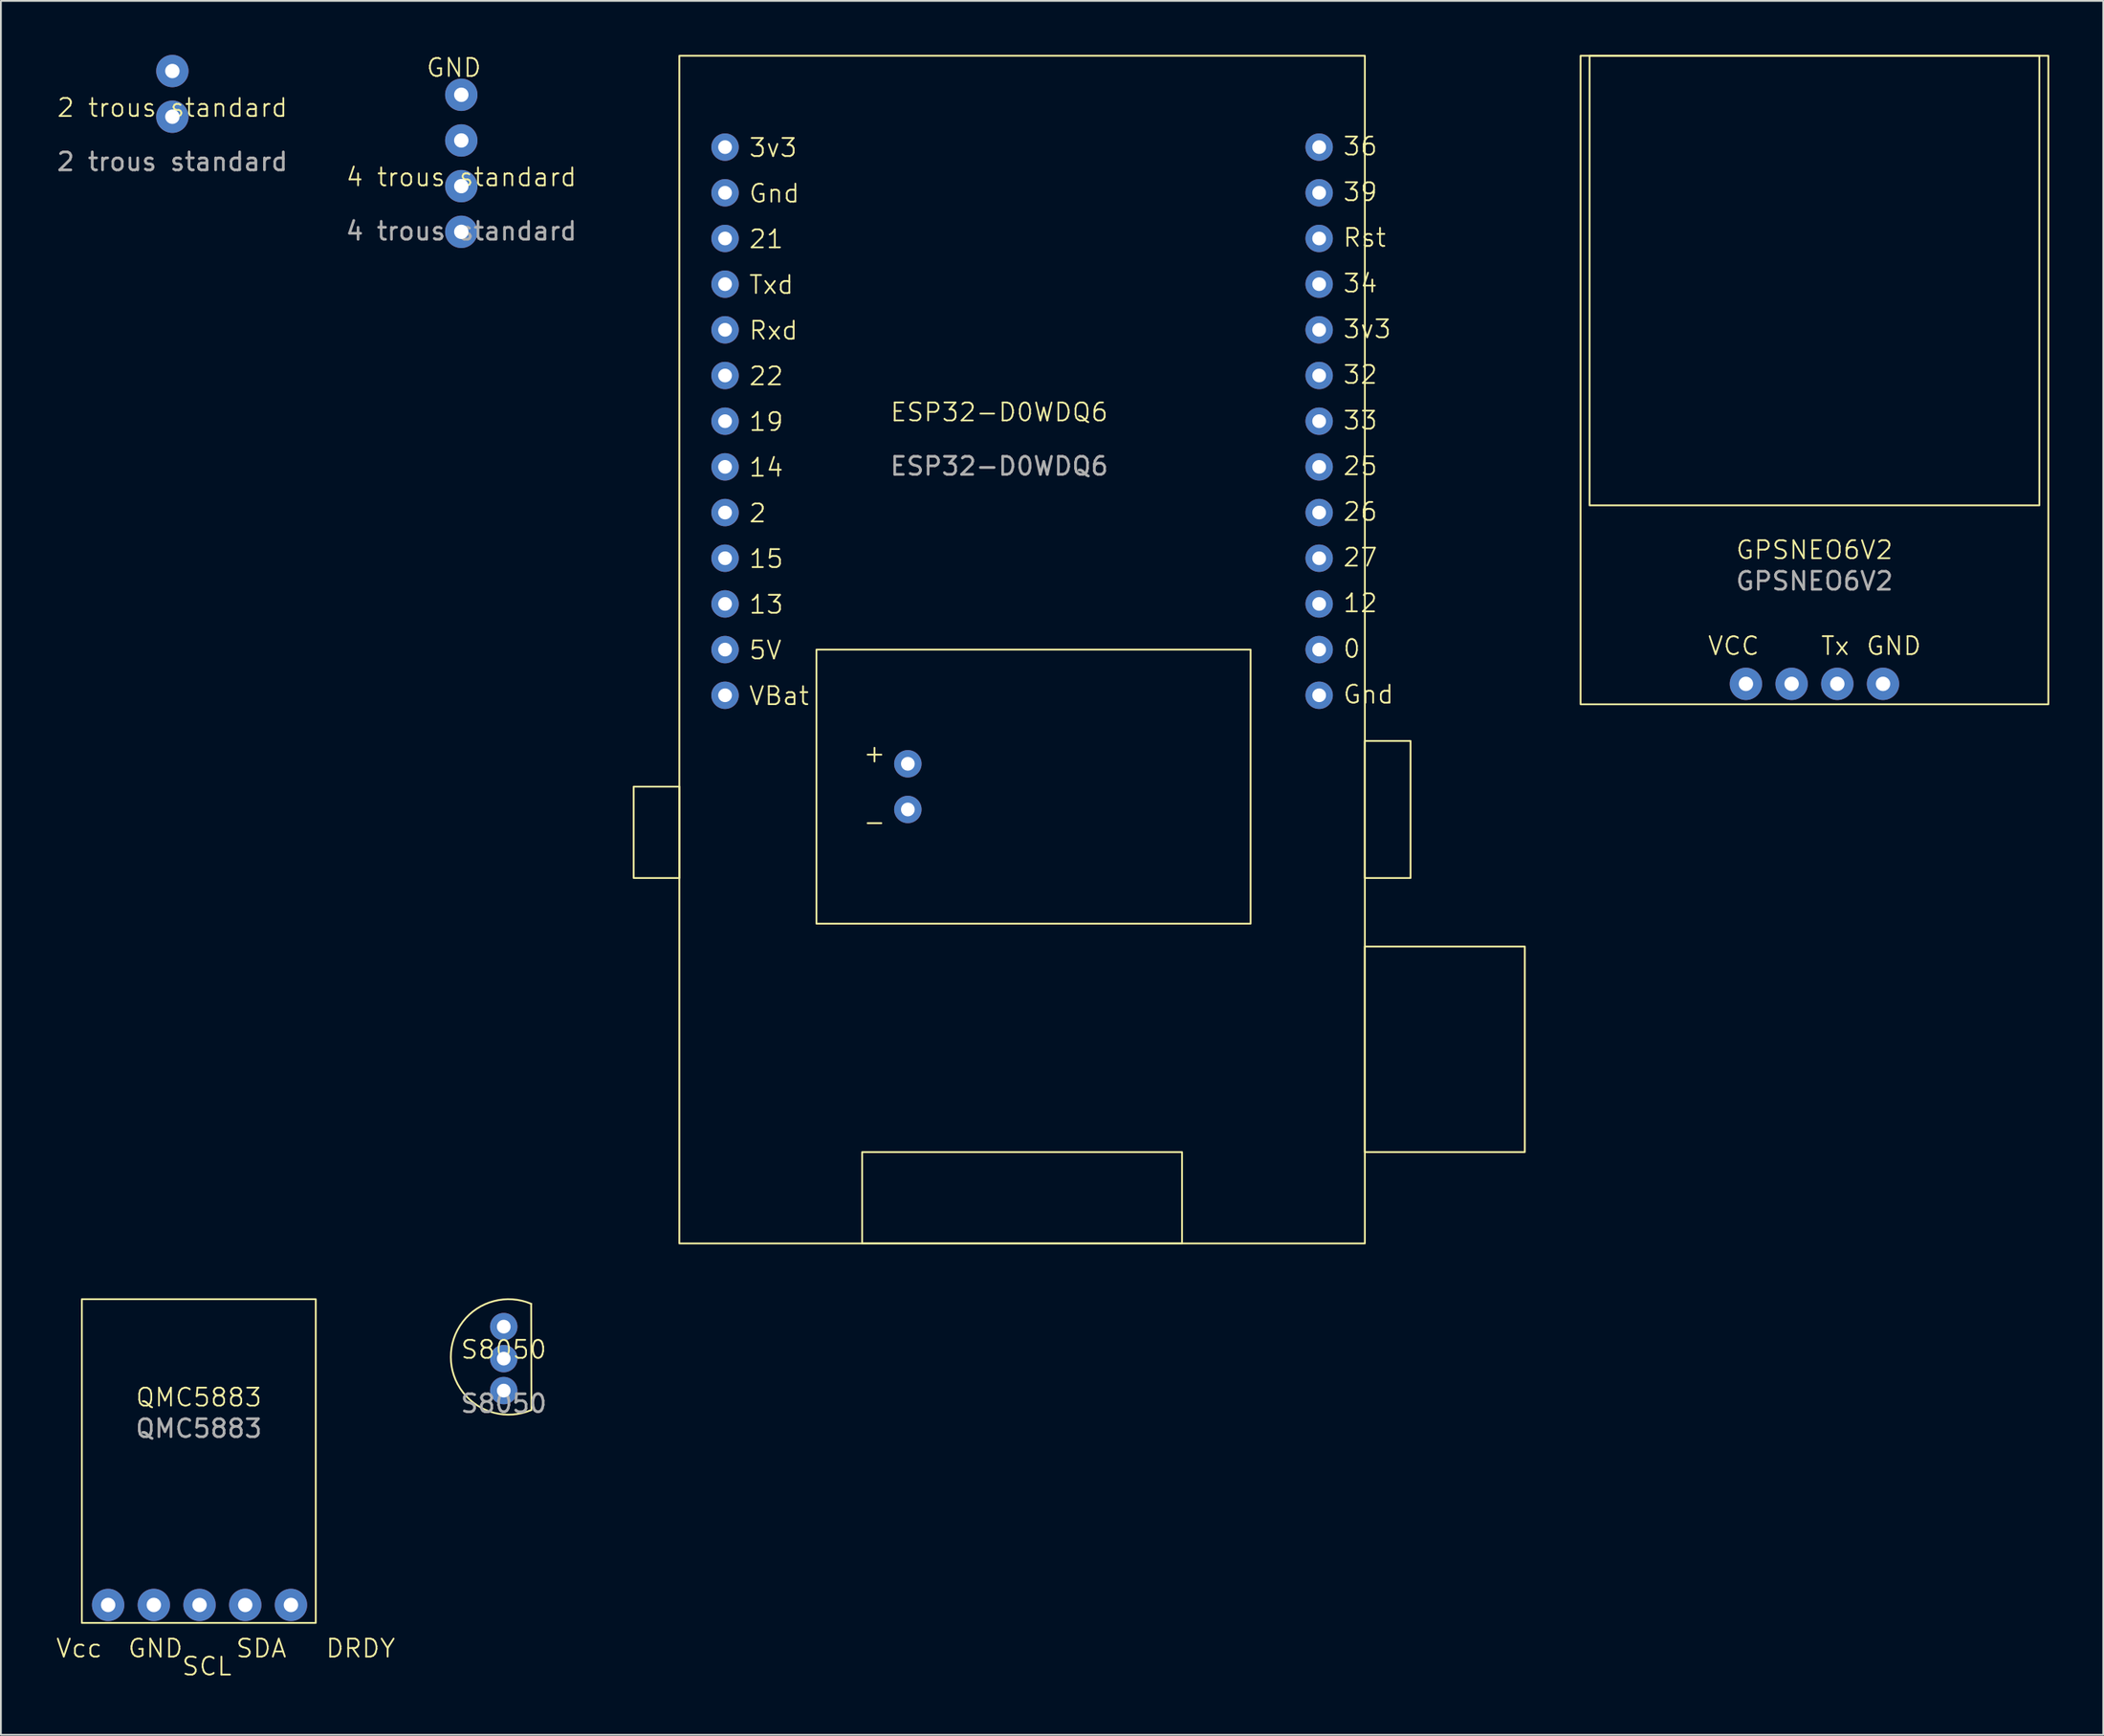
<source format=kicad_pcb>
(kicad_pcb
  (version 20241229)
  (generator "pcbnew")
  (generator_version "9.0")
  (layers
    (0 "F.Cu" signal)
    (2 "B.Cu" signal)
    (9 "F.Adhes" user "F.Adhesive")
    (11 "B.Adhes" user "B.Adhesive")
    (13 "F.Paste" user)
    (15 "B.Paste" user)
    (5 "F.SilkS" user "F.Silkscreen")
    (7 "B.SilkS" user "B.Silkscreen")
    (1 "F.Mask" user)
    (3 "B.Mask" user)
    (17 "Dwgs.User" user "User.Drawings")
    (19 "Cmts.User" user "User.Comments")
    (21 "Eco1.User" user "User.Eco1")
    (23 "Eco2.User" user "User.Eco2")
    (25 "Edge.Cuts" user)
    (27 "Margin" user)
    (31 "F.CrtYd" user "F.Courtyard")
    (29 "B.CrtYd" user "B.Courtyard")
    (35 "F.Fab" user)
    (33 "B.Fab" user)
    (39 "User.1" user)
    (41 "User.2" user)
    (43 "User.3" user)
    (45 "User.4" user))
  (footprint "GPSNEO6V2"
    (layer "F.Cu")
    (at 97.799 33.07)
    (property "Reference" "GPSNEO6V2" (at 0 -5.54 0) (unlocked yes) (layer "F.SilkS") (effects (font (size 1 1) (thickness 0.1))))
    (attr through_hole)
    (fp_rect (start -13 -33.02) (end 13 3.04) (stroke (width 0.1) (type default)) (fill no) (layer "F.SilkS"))
    (fp_rect (start -12.5 -33.02) (end 12.5 -8.02) (stroke (width 0.1) (type default)) (fill no) (layer "F.SilkS"))
    (fp_text user "VCC" (at -3 0.381 0) (unlocked yes) (layer "F.SilkS") (effects (font (size 1 1) (thickness 0.1)) (justify right bottom)))
    (fp_text user "GND" (at 6 0.381 0) (unlocked yes) (layer "F.SilkS") (effects (font (size 1 1) (thickness 0.1)) (justify right bottom)))
    (fp_text user "Tx" (at 2 0.381 0) (unlocked yes) (layer "F.SilkS") (effects (font (size 1 1) (thickness 0.1)) (justify right bottom)))
    (fp_text user "${REFERENCE}" (at 0 -3.81 0) (unlocked yes) (layer "F.Fab") (effects (font (size 1 1) (thickness 0.15))))
    (pad "1" thru_hole circle (at 3.81 1.905) (size 1.8 1.8) (drill 0.8) (layers "*.Cu" "*.Mask"))
    (pad "2" thru_hole circle (at 1.27 1.905) (size 1.8 1.8) (drill 0.8) (layers "*.Cu" "*.Mask"))
    (pad "3" thru_hole circle (at -1.27 1.905) (size 1.8 1.8) (drill 0.8) (layers "*.Cu" "*.Mask"))
    (pad "4" thru_hole circle (at -3.81 1.905) (size 1.8 1.8) (drill 0.8) (layers "*.Cu" "*.Mask")))
  (footprint "2 trous standard"
    (layer "F.Cu")
    (at 6.53 3.44)
    (property "Reference" "2 trous standard" (at 0 -0.5 0) (unlocked yes) (layer "F.SilkS") (effects (font (size 1 1) (thickness 0.1))))
    (attr through_hole)
    (fp_text user "${REFERENCE}" (at 0 2.5 0) (unlocked yes) (layer "F.Fab") (effects (font (size 1 1) (thickness 0.15))))
    (pad "1" thru_hole circle (at 0 -2.54) (size 1.8 1.8) (drill 0.8) (layers "*.Cu" "*.Mask"))
    (pad "2" thru_hole circle (at 0 0) (size 1.8 1.8) (drill 0.8) (layers "*.Cu" "*.Mask")))
  (footprint "S8050"
    (layer "F.Cu")
    (at 24.949 72.494)
    (property "Reference" "S8050" (at 0 -0.5 0) (unlocked yes) (layer "F.SilkS") (effects (font (size 1 1) (thickness 0.1))))
    (attr through_hole)
    (fp_line (start 1.524 -3.048) (end 1.538 2.854) (stroke (width 0.1) (type default)) (layer "F.SilkS"))
    (fp_arc (start 1.53844 2.854155) (mid -2.941462 -0.08598) (end 1.524 -3.048) (stroke (width 0.1) (type default)) (layer "F.SilkS"))
    (fp_text user "${REFERENCE}" (at 0 2.5 0) (unlocked yes) (layer "F.Fab") (effects (font (size 1 1) (thickness 0.15))))
    (pad "1" thru_hole circle (at 0 -1.778) (size 1.524 1.524) (drill 0.762) (layers "*.Cu" "*.Mask"))
    (pad "2" thru_hole circle (at 0 0) (size 1.524 1.524) (drill 0.762) (layers "*.Cu" "*.Mask"))
    (pad "3" thru_hole circle (at 0 1.778) (size 1.524 1.524) (drill 0.762) (layers "*.Cu" "*.Mask")))
  (footprint "4 trous standard"
    (layer "F.Cu")
    (at 22.589 7.3)
    (property "Reference" "4 trous standard" (at 0 -0.5 0) (unlocked yes) (layer "F.SilkS") (effects (font (size 1 1) (thickness 0.1))))
    (attr through_hole)
    (fp_text user "GND" (at -2 -6 0) (unlocked yes) (layer "F.SilkS") (effects (font (size 1 1) (thickness 0.1)) (justify left bottom)))
    (fp_text user "${REFERENCE}" (at 0 2.5 0) (unlocked yes) (layer "F.Fab") (effects (font (size 1 1) (thickness 0.15))))
    (pad "1" thru_hole circle (at 0 2.54) (size 1.8 1.8) (drill 0.8) (layers "*.Cu" "*.Mask"))
    (pad "2" thru_hole circle (at 0 0) (size 1.8 1.8) (drill 0.8) (layers "*.Cu" "*.Mask"))
    (pad "3" thru_hole circle (at 0 -2.54) (size 1.8 1.8) (drill 0.8) (layers "*.Cu" "*.Mask"))
    (pad "4" thru_hole circle (at 0 -5.08) (size 1.8 1.8) (drill 0.8) (layers "*.Cu" "*.Mask")))
  (footprint "QMC5883"
    (layer "F.Cu")
    (at 8 80.19)
    (property "Reference" "QMC5883" (at 0 -5.54 0) (unlocked yes) (layer "F.SilkS") (effects (font (size 1 1) (thickness 0.1))))
    (attr through_hole)
    (fp_rect (start -6.5 -11) (end 6.5 7) (stroke (width 0.1) (type default)) (fill no) (layer "F.SilkS"))
    (fp_text user "SDA" (at 2 9 0) (unlocked yes) (layer "F.SilkS") (effects (font (size 1 1) (thickness 0.1)) (justify left bottom)))
    (fp_text user "GND" (at -4 9 0) (unlocked yes) (layer "F.SilkS") (effects (font (size 1 1) (thickness 0.1)) (justify left bottom)))
    (fp_text user "DRDY" (at 7 9 0) (unlocked yes) (layer "F.SilkS") (effects (font (size 1 1) (thickness 0.1)) (justify left bottom)))
    (fp_text user "SCL" (at -1 10 0) (unlocked yes) (layer "F.SilkS") (effects (font (size 1 1) (thickness 0.1)) (justify left bottom)))
    (fp_text user "Vcc" (at -8 9 0) (unlocked yes) (layer "F.SilkS") (effects (font (size 1 1) (thickness 0.1)) (justify left bottom)))
    (fp_text user "${REFERENCE}" (at 0 -3.81 0) (unlocked yes) (layer "F.Fab") (effects (font (size 1 1) (thickness 0.15))))
    (pad "1" thru_hole circle (at -5.04 6) (size 1.8 1.8) (drill 0.8) (layers "*.Cu" "*.Mask"))
    (pad "2" thru_hole circle (at -2.5 6) (size 1.8 1.8) (drill 0.8) (layers "*.Cu" "*.Mask"))
    (pad "3" thru_hole circle (at 0.04 6) (size 1.8 1.8) (drill 0.8) (layers "*.Cu" "*.Mask"))
    (pad "4" thru_hole circle (at 2.58 6) (size 1.8 1.8) (drill 0.8) (layers "*.Cu" "*.Mask"))
    (pad "5" thru_hole circle (at 5.12 6) (size 1.8 1.8) (drill 0.8) (layers "*.Cu" "*.Mask")))
  (footprint "ESP32-D0WDQ6"
    (layer "F.Cu")
    (at 52.489 20.37)
    (property "Reference" "ESP32-D0WDQ6" (at 0 -0.5 0) (unlocked yes) (layer "F.SilkS") (effects (font (size 1 1) (thickness 0.1))))
    (fp_rect (start -17.78 -20.32) (end 20.32 45.72) (stroke (width 0.1) (type default)) (fill no) (layer "F.SilkS"))
    (fp_rect (start -17.78 20.32) (end -20.32 25.4) (stroke (width 0.1) (type default)) (fill no) (layer "F.SilkS"))
    (fp_rect (start -10.16 12.7) (end 13.97 27.94) (stroke (width 0.1) (type default)) (fill no) (layer "F.SilkS"))
    (fp_rect (start -7.62 40.64) (end 10.16 45.72) (stroke (width 0.1) (type default)) (fill no) (layer "F.SilkS"))
    (fp_rect (start 20.32 17.78) (end 22.86 25.4) (stroke (width 0.1) (type default)) (fill no) (layer "F.SilkS"))
    (fp_rect (start 20.32 29.21) (end 29.21 40.64) (stroke (width 0.1) (type default)) (fill no) (layer "F.SilkS"))
    (fp_text user "3v3" (at -13.97 -14.62 0) (unlocked yes) (layer "F.SilkS") (effects (font (size 1 1) (thickness 0.1)) (justify left bottom)))
    (fp_text user "19" (at -13.97 0.62 0) (unlocked yes) (layer "F.SilkS") (effects (font (size 1 1) (thickness 0.1)) (justify left bottom)))
    (fp_text user "Rst" (at 19.05 -9.62 0) (unlocked yes) (layer "F.SilkS") (effects (font (size 1 1) (thickness 0.1)) (justify left bottom)))
    (fp_text user "+" (at -7.62 19.05 0) (unlocked yes) (layer "F.SilkS") (effects (font (size 1 1) (thickness 0.1)) (justify left bottom)))
    (fp_text user "36" (at 19.05 -14.7 0) (unlocked yes) (layer "F.SilkS") (effects (font (size 1 1) (thickness 0.1)) (justify left bottom)))
    (fp_text user "2" (at -13.97 5.7 0) (unlocked yes) (layer "F.SilkS") (effects (font (size 1 1) (thickness 0.1)) (justify left bottom)))
    (fp_text user "21" (at -13.97 -9.54 0) (unlocked yes) (layer "F.SilkS") (effects (font (size 1 1) (thickness 0.1)) (justify left bottom)))
    (fp_text user "Gnd" (at -13.97 -12.08 0) (unlocked yes) (layer "F.SilkS") (effects (font (size 1 1) (thickness 0.1)) (justify left bottom)))
    (fp_text user "27" (at 19.05 8.16 0) (unlocked yes) (layer "F.SilkS") (effects (font (size 1 1) (thickness 0.1)) (justify left bottom)))
    (fp_text user "3v3" (at 19.05 -4.54 0) (unlocked yes) (layer "F.SilkS") (effects (font (size 1 1) (thickness 0.1)) (justify left bottom)))
    (fp_text user "VBat" (at -13.97 15.86 0) (unlocked yes) (layer "F.SilkS") (effects (font (size 1 1) (thickness 0.1)) (justify left bottom)))
    (fp_text user "33" (at 19.05 0.54 0) (unlocked yes) (layer "F.SilkS") (effects (font (size 1 1) (thickness 0.1)) (justify left bottom)))
    (fp_text user "Txd" (at -13.97 -7 0) (unlocked yes) (layer "F.SilkS") (effects (font (size 1 1) (thickness 0.1)) (justify left bottom)))
    (fp_text user "Gnd" (at 19.05 15.78 0) (unlocked yes) (layer "F.SilkS") (effects (font (size 1 1) (thickness 0.1)) (justify left bottom)))
    (fp_text user "26" (at 19.05 5.62 0) (unlocked yes) (layer "F.SilkS") (effects (font (size 1 1) (thickness 0.1)) (justify left bottom)))
    (fp_text user "34" (at 19.05 -7.08 0) (unlocked yes) (layer "F.SilkS") (effects (font (size 1 1) (thickness 0.1)) (justify left bottom)))
    (fp_text user "13" (at -13.97 10.78 0) (unlocked yes) (layer "F.SilkS") (effects (font (size 1 1) (thickness 0.1)) (justify left bottom)))
    (fp_text user "14" (at -13.97 3.16 0) (unlocked yes) (layer "F.SilkS") (effects (font (size 1 1) (thickness 0.1)) (justify left bottom)))
    (fp_text user "22" (at -13.97 -1.92 0) (unlocked yes) (layer "F.SilkS") (effects (font (size 1 1) (thickness 0.1)) (justify left bottom)))
    (fp_text user "12" (at 19.05 10.7 0) (unlocked yes) (layer "F.SilkS") (effects (font (size 1 1) (thickness 0.1)) (justify left bottom)))
    (fp_text user "39" (at 19.05 -12.16 0) (unlocked yes) (layer "F.SilkS") (effects (font (size 1 1) (thickness 0.1)) (justify left bottom)))
    (fp_text user "25" (at 19.05 3.08 0) (unlocked yes) (layer "F.SilkS") (effects (font (size 1 1) (thickness 0.1)) (justify left bottom)))
    (fp_text user "15" (at -13.97 8.24 0) (unlocked yes) (layer "F.SilkS") (effects (font (size 1 1) (thickness 0.1)) (justify left bottom)))
    (fp_text user "Rxd" (at -13.97 -4.46 0) (unlocked yes) (layer "F.SilkS") (effects (font (size 1 1) (thickness 0.1)) (justify left bottom)))
    (fp_text user "0" (at 19.05 13.24 0) (unlocked yes) (layer "F.SilkS") (effects (font (size 1 1) (thickness 0.1)) (justify left bottom)))
    (fp_text user "-" (at -7.62 22.86 0) (unlocked yes) (layer "F.SilkS") (effects (font (size 1 1) (thickness 0.1)) (justify left bottom)))
    (fp_text user "5V" (at -13.97 13.32 0) (unlocked yes) (layer "F.SilkS") (effects (font (size 1 1) (thickness 0.1)) (justify left bottom)))
    (fp_text user "32" (at 19.05 -2 0) (unlocked yes) (layer "F.SilkS") (effects (font (size 1 1) (thickness 0.1)) (justify left bottom)))
    (fp_text user "${REFERENCE}" (at 0 2.5 0) (unlocked yes) (layer "F.Fab") (effects (font (size 1 1) (thickness 0.15))))
    (pad "0" thru_hole circle (at 17.78 12.7) (size 1.524 1.524) (drill 0.762) (layers "*.Cu" "*.Mask"))
    (pad "2" thru_hole circle (at -15.24 5.08) (size 1.524 1.524) (drill 0.762) (layers "*.Cu" "*.Mask"))
    (pad "12" thru_hole circle (at 17.78 10.16) (size 1.524 1.524) (drill 0.762) (layers "*.Cu" "*.Mask"))
    (pad "13" thru_hole circle (at -15.24 10.16) (size 1.524 1.524) (drill 0.762) (layers "*.Cu" "*.Mask"))
    (pad "14" thru_hole circle (at -15.24 2.54) (size 1.524 1.524) (drill 0.762) (layers "*.Cu" "*.Mask"))
    (pad "15" thru_hole circle (at -15.24 7.62) (size 1.524 1.524) (drill 0.762) (layers "*.Cu" "*.Mask"))
    (pad "19" thru_hole circle (at -15.24 0) (size 1.524 1.524) (drill 0.762) (layers "*.Cu" "*.Mask"))
    (pad "21" thru_hole circle (at -15.24 -10.16) (size 1.524 1.524) (drill 0.762) (layers "*.Cu" "*.Mask"))
    (pad "22" thru_hole circle (at -15.24 -2.54) (size 1.524 1.524) (drill 0.762) (layers "*.Cu" "*.Mask"))
    (pad "25" thru_hole circle (at 17.78 2.54) (size 1.524 1.524) (drill 0.762) (layers "*.Cu" "*.Mask"))
    (pad "26" thru_hole circle (at 17.78 5.08) (size 1.524 1.524) (drill 0.762) (layers "*.Cu" "*.Mask"))
    (pad "27" thru_hole circle (at 17.78 7.62) (size 1.524 1.524) (drill 0.762) (layers "*.Cu" "*.Mask"))
    (pad "32" thru_hole circle (at 17.78 -2.54) (size 1.524 1.524) (drill 0.762) (layers "*.Cu" "*.Mask"))
    (pad "33" thru_hole circle (at 17.78 0) (size 1.524 1.524) (drill 0.762) (layers "*.Cu" "*.Mask"))
    (pad "34" thru_hole circle (at 17.78 -7.62) (size 1.524 1.524) (drill 0.762) (layers "*.Cu" "*.Mask"))
    (pad "36" thru_hole circle (at 17.78 -15.24) (size 1.524 1.524) (drill 0.762) (layers "*.Cu" "*.Mask"))
    (pad "39" thru_hole circle (at 17.78 -12.7) (size 1.524 1.524) (drill 0.762) (layers "*.Cu" "*.Mask"))
    (pad "40" thru_hole circle (at -15.24 -15.24) (size 1.524 1.524) (drill 0.762) (layers "*.Cu" "*.Mask"))
    (pad "40" thru_hole circle (at 17.78 -5.08) (size 1.524 1.524) (drill 0.762) (layers "*.Cu" "*.Mask"))
    (pad "41" thru_hole circle (at -15.24 -12.7) (size 1.524 1.524) (drill 0.762) (layers "*.Cu" "*.Mask"))
    (pad "41" thru_hole circle (at 17.78 15.24) (size 1.524 1.524) (drill 0.762) (layers "*.Cu" "*.Mask"))
    (pad "42" thru_hole circle (at -15.24 -7.62) (size 1.524 1.524) (drill 0.762) (layers "*.Cu" "*.Mask"))
    (pad "43" thru_hole circle (at -15.24 -5.08) (size 1.524 1.524) (drill 0.762) (layers "*.Cu" "*.Mask"))
    (pad "44" thru_hole circle (at -15.24 12.7) (size 1.524 1.524) (drill 0.762) (layers "*.Cu" "*.Mask"))
    (pad "45" thru_hole circle (at -15.24 15.24) (size 1.524 1.524) (drill 0.762) (layers "*.Cu" "*.Mask"))
    (pad "46" thru_hole circle (at 17.78 -10.16) (size 1.524 1.524) (drill 0.762) (layers "*.Cu" "*.Mask"))
    (pad "50" thru_hole circle (at -5.08 19.05) (size 1.524 1.524) (drill 0.762) (layers "*.Cu" "*.Mask"))
    (pad "51" thru_hole circle (at -5.08 21.59) (size 1.524 1.524) (drill 0.762) (layers "*.Cu" "*.Mask")))
  (gr_rect
    (start -3 -3)
    (end 113.849 93.411)
    (stroke (width 0.1) (type default))
    (fill no)
    (layer "Edge.Cuts")))
</source>
